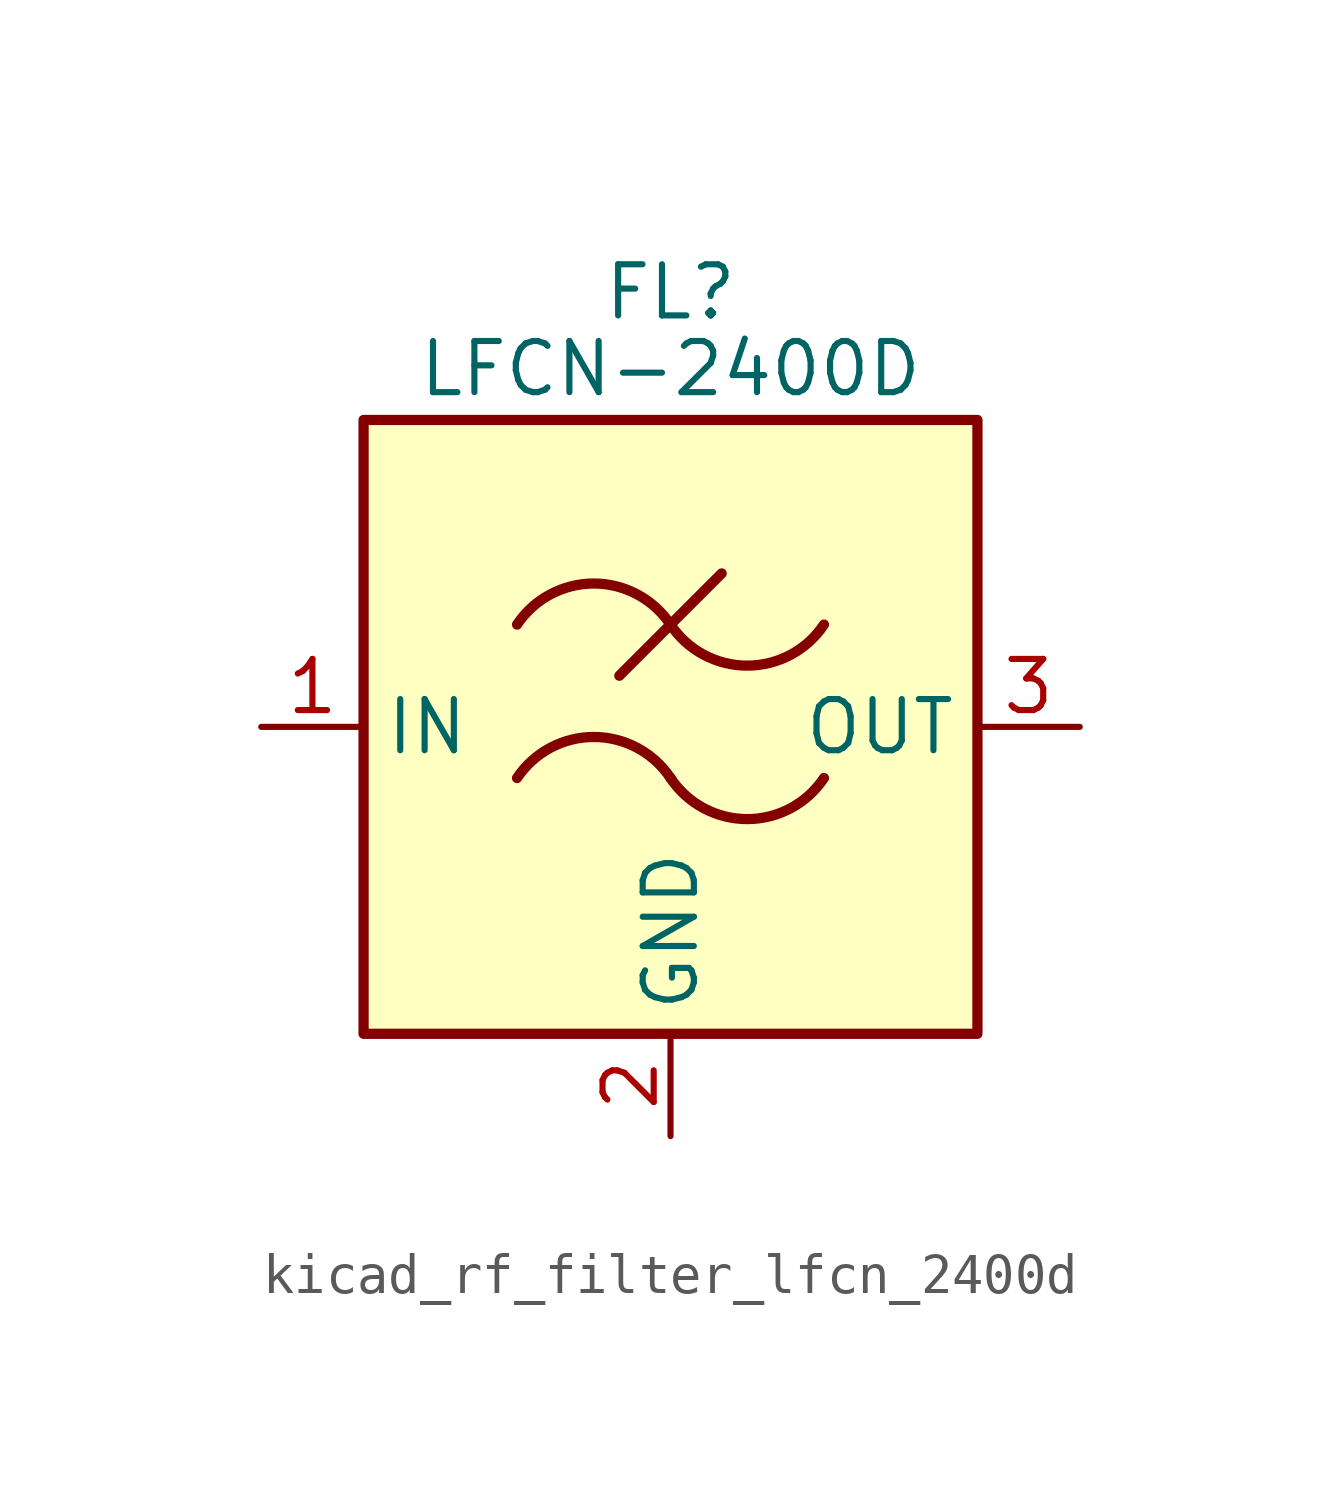
<source format=kicad_sym>
(kicad_symbol_lib
  (version 20220914)
  (generator kicad_symbol_editor)
  (symbol "kicad_rf_filter_lfcn_2400d"
    (property "Reference" "FL"
      (at 0 10.795 0)
      (effects (font (size 1.27 1.27))))
    (property "Value" "LFCN-2400D"
      (at 0 8.89 0)
      (effects (font (size 1.27 1.27))))
    (symbol "kicad_rf_filter_lfcn_2400d_0_1"
      (rectangle (start -7.62 7.62) (end 7.62 -7.62) (stroke (width 0.254) (type default)) (fill (type background)))
      (arc (start 0 -1.27) (mid -1.905 -0.2505) (end -3.81 -1.27) (stroke (width 0.254) (type default)) (fill (type none)))
      (arc (start 0 -1.27) (mid 1.905 -2.2895) (end 3.81 -1.27) (stroke (width 0.254) (type default)) (fill (type none)))
      (polyline (pts (xy -1.27 1.27) (xy 1.27 3.81)) (stroke (width 0.254) (type default)) (fill (type none)))
      (arc (start 0 2.54) (mid -1.905 3.5595) (end -3.81 2.54) (stroke (width 0.254) (type default)) (fill (type none)))
      (arc (start 0 2.54) (mid 1.905 1.5205) (end 3.81 2.54) (stroke (width 0.254) (type default)) (fill (type none))))
    (symbol "kicad_rf_filter_lfcn_2400d_1_1"
      (pin passive line (at -10.16 0 0) (length 2.54) (name "IN" (effects (font (size 1.27 1.27)))) (number "1" (effects (font (size 1.27 1.27)))))
      (pin passive line (at 0 -10.16 90) (length 2.54) (name "GND" (effects (font (size 1.27 1.27)))) (number "2" (effects (font (size 1.27 1.27)))))
      (pin passive line (at 10.16 0 180) (length 2.54) (name "OUT" (effects (font (size 1.27 1.27)))) (number "3" (effects (font (size 1.27 1.27)))))
      (pin passive line (at 0 -10.16 90) (length 2.54) hide (name "GND" (effects (font (size 1.27 1.27)))) (number "4" (effects (font (size 1.27 1.27))))))))
</source>
